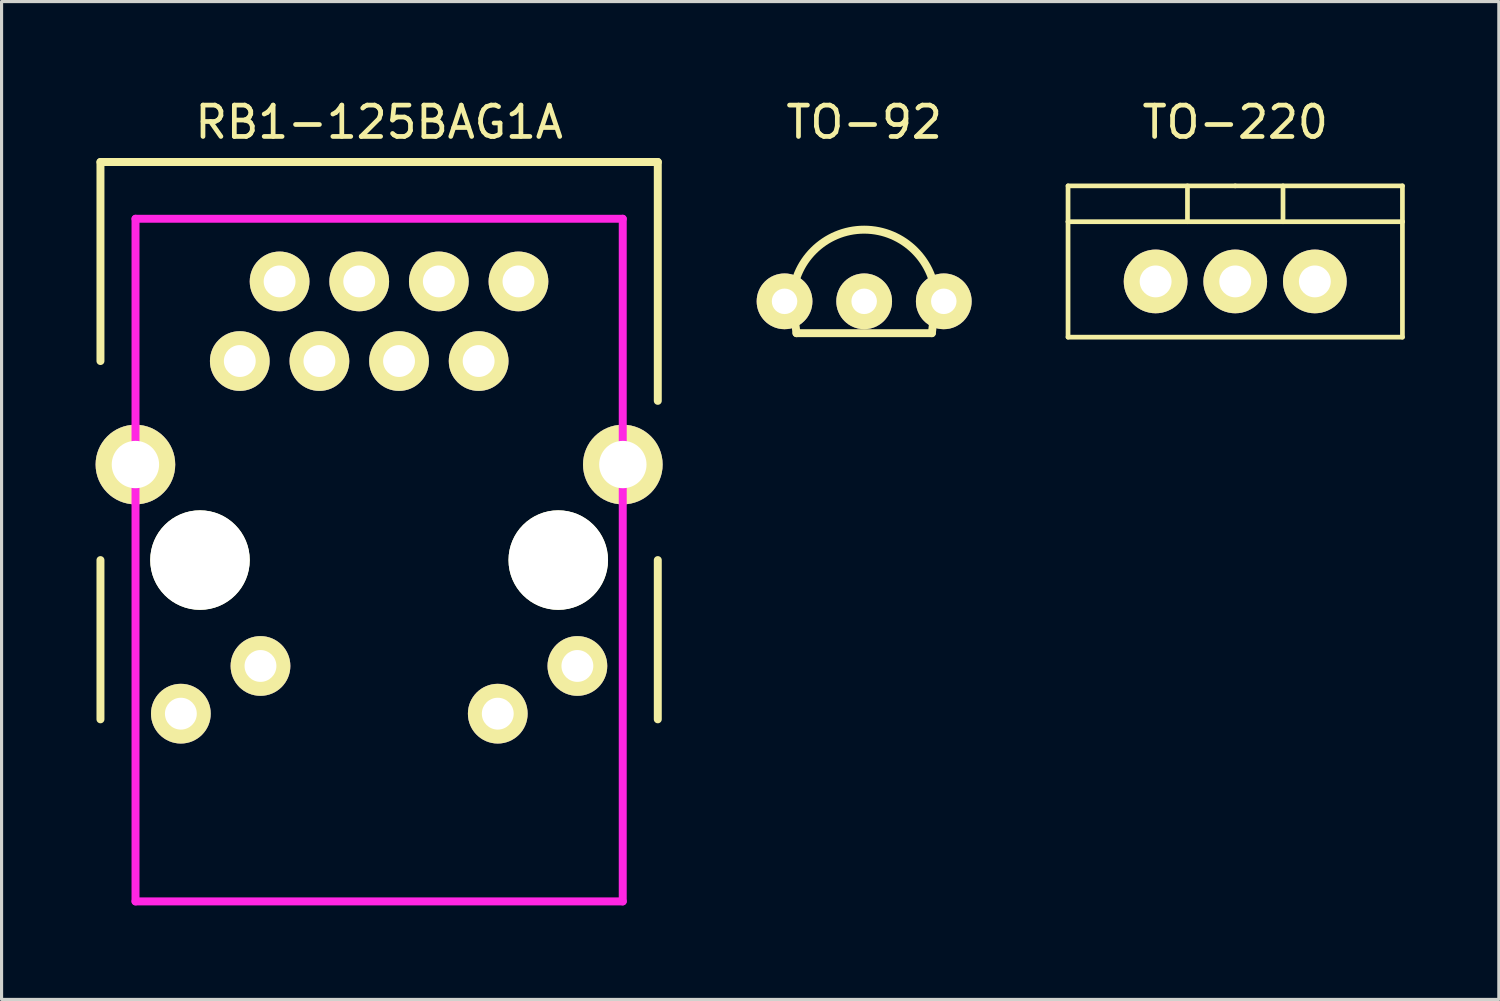
<source format=kicad_pcb>
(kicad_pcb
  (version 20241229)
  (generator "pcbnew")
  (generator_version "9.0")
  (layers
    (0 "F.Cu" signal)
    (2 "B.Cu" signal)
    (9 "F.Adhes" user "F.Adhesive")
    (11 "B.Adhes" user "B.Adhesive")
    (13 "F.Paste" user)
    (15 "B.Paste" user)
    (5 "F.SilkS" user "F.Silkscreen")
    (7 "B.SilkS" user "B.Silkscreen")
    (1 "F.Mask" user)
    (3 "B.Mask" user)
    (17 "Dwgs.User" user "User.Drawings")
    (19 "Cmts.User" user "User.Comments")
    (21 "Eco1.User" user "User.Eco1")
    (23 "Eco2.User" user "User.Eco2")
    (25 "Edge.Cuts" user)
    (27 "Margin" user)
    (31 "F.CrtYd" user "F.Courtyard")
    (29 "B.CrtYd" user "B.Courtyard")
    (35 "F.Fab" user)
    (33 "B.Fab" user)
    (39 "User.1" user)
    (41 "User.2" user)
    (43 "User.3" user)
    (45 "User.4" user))
  (footprint "RB1-125BAG1A"
    (layer "F.Cu")
    (at 9.045 14.818)
    (property "Reference" "RB1-125BAG1A" (at 0 -13.97 0) (layer "F.SilkS") (effects (font (size 1 1) (thickness 0.15))))
    (attr through_hole)
    (fp_line (start -8.89 -12.7) (end 8.89 -12.7) (stroke (width 0.254) (type solid)) (layer "F.SilkS"))
    (fp_line (start -8.89 -6.35) (end -8.89 -12.7) (stroke (width 0.254) (type solid)) (layer "F.SilkS"))
    (fp_line (start -8.89 5.08) (end -8.89 0) (stroke (width 0.254) (type solid)) (layer "F.SilkS"))
    (fp_line (start 8.89 -12.7) (end 8.89 -5.08) (stroke (width 0.254) (type solid)) (layer "F.SilkS"))
    (fp_line (start 8.89 5.08) (end 8.89 0) (stroke (width 0.254) (type solid)) (layer "F.SilkS"))
    (fp_line (start -7.772 -10.889) (end 7.772 -10.889) (stroke (width 0.254) (type solid)) (layer "F.CrtYd"))
    (fp_line (start -7.772 10.889) (end -7.772 -10.889) (stroke (width 0.254) (type solid)) (layer "F.CrtYd"))
    (fp_line (start 7.772 -10.889) (end 7.772 10.889) (stroke (width 0.254) (type solid)) (layer "F.CrtYd"))
    (fp_line (start 7.772 10.889) (end -7.772 10.889) (stroke (width 0.254) (type solid)) (layer "F.CrtYd"))
    (pad "" np_thru_hole circle (at -5.715 0) (size 3.175 3.175) (drill 3.175) (layers "*.Cu" "*.Mask" "F.SilkS"))
    (pad "" np_thru_hole circle (at 5.715 0) (size 3.175 3.175) (drill 3.175) (layers "*.Cu" "*.Mask" "F.SilkS"))
    (pad "1" thru_hole circle (at -4.445 -6.35) (size 1.905 1.905) (drill 1.016) (layers "*.Cu" "*.Mask" "F.SilkS"))
    (pad "2" thru_hole circle (at -3.175 -8.89) (size 1.905 1.905) (drill 1.016) (layers "*.Cu" "*.Mask" "F.SilkS"))
    (pad "3" thru_hole circle (at -1.905 -6.35) (size 1.905 1.905) (drill 1.016) (layers "*.Cu" "*.Mask" "F.SilkS"))
    (pad "4" thru_hole circle (at -0.635 -8.89) (size 1.905 1.905) (drill 1.016) (layers "*.Cu" "*.Mask" "F.SilkS"))
    (pad "5" thru_hole circle (at 0.635 -6.35) (size 1.905 1.905) (drill 1.016) (layers "*.Cu" "*.Mask" "F.SilkS"))
    (pad "6" thru_hole circle (at 1.905 -8.89) (size 1.905 1.905) (drill 1.016) (layers "*.Cu" "*.Mask" "F.SilkS"))
    (pad "6" thru_hole circle (at 6.325 3.378) (size 1.905 1.905) (drill 1.016) (layers "*.Cu" "*.Mask" "F.SilkS"))
    (pad "7" thru_hole circle (at 3.175 -6.35) (size 1.905 1.905) (drill 1.016) (layers "*.Cu" "*.Mask" "F.SilkS"))
    (pad "8" thru_hole circle (at 4.445 -8.89) (size 1.905 1.905) (drill 1.016) (layers "*.Cu" "*.Mask" "F.SilkS"))
    (pad "9" thru_hole circle (at -7.775 -3.048) (size 2.54 2.54) (drill 1.511) (layers "*.Cu" "*.Mask" "F.SilkS"))
    (pad "9" thru_hole circle (at -6.325 4.9) (size 1.905 1.905) (drill 1.016) (layers "*.Cu" "*.Mask" "F.SilkS"))
    (pad "9" thru_hole circle (at -3.785 3.378) (size 1.905 1.905) (drill 1.016) (layers "*.Cu" "*.Mask" "F.SilkS"))
    (pad "9" thru_hole circle (at 3.785 4.9) (size 1.905 1.905) (drill 1.016) (layers "*.Cu" "*.Mask" "F.SilkS"))
    (pad "9" thru_hole circle (at 7.775 -3.048) (size 2.54 2.54) (drill 1.511) (layers "*.Cu" "*.Mask" "F.SilkS")))
  (footprint "TO-220"
    (layer "F.Cu")
    (at 36.357 5.928)
    (property "Reference" "TO-220" (at 0 -5.08 0) (layer "F.SilkS") (effects (font (size 1 1) (thickness 0.15))))
    (attr through_hole)
    (fp_line (start -5.334 -1.905) (end -5.334 -3.048) (stroke (width 0.15) (type solid)) (layer "F.SilkS"))
    (fp_line (start -5.334 1.778) (end -5.334 -1.905) (stroke (width 0.15) (type solid)) (layer "F.SilkS"))
    (fp_line (start -1.524 -3.048) (end -1.524 -1.905) (stroke (width 0.15) (type solid)) (layer "F.SilkS"))
    (fp_line (start 0 -3.048) (end -5.334 -3.048) (stroke (width 0.15) (type solid)) (layer "F.SilkS"))
    (fp_line (start 0 -3.048) (end 5.334 -3.048) (stroke (width 0.15) (type solid)) (layer "F.SilkS"))
    (fp_line (start 1.524 -3.048) (end 1.524 -1.905) (stroke (width 0.15) (type solid)) (layer "F.SilkS"))
    (fp_line (start 5.334 -3.048) (end 5.334 -1.905) (stroke (width 0.15) (type solid)) (layer "F.SilkS"))
    (fp_line (start 5.334 -1.905) (end -5.334 -1.905) (stroke (width 0.15) (type solid)) (layer "F.SilkS"))
    (fp_line (start 5.334 -1.905) (end 5.334 1.778) (stroke (width 0.15) (type solid)) (layer "F.SilkS"))
    (fp_line (start 5.334 1.778) (end -5.334 1.778) (stroke (width 0.15) (type solid)) (layer "F.SilkS"))
    (pad "1" thru_hole circle (at -2.54 0 90) (size 2.032 2.032) (drill 1.016) (layers "*.Cu" "*.Mask" "F.SilkS"))
    (pad "2" thru_hole circle (at 0 0 90) (size 2.032 2.032) (drill 1.016) (layers "*.Cu" "*.Mask" "F.SilkS"))
    (pad "3" thru_hole circle (at 2.54 0 90) (size 2.032 2.032) (drill 1.016) (layers "*.Cu" "*.Mask" "F.SilkS")))
  (footprint "TO-92"
    (layer "F.Cu")
    (at 24.519 6.563)
    (property "Reference" "TO-92" (at 0 -5.715 0) (layer "F.SilkS") (effects (font (size 1 1) (thickness 0.15))))
    (attr through_hole)
    (fp_line (start -2.159 1.016) (end -2.286 0) (stroke (width 0.254) (type solid)) (layer "F.SilkS"))
    (fp_line (start -2.159 1.016) (end 2.159 1.016) (stroke (width 0.254) (type solid)) (layer "F.SilkS"))
    (fp_line (start 2.286 0) (end 2.159 1.016) (stroke (width 0.254) (type solid)) (layer "F.SilkS"))
    (fp_arc (start -2.286 0) (mid 0 -2.286) (end 2.286 0) (stroke (width 0.254) (type solid)) (layer "F.SilkS"))
    (pad "1" thru_hole circle (at -2.54 0) (size 1.778 1.778) (drill 0.813) (layers "*.Cu" "*.Mask" "F.SilkS"))
    (pad "2" thru_hole circle (at 0 0) (size 1.778 1.778) (drill 0.813) (layers "*.Cu" "*.Mask" "F.SilkS"))
    (pad "3" thru_hole circle (at 2.54 0) (size 1.778 1.778) (drill 0.813) (layers "*.Cu" "*.Mask" "F.SilkS")))
  (gr_rect
    (start -3 -3)
    (end 44.766 28.834)
    (stroke (width 0.1) (type default))
    (fill no)
    (layer "Edge.Cuts")))
</source>
